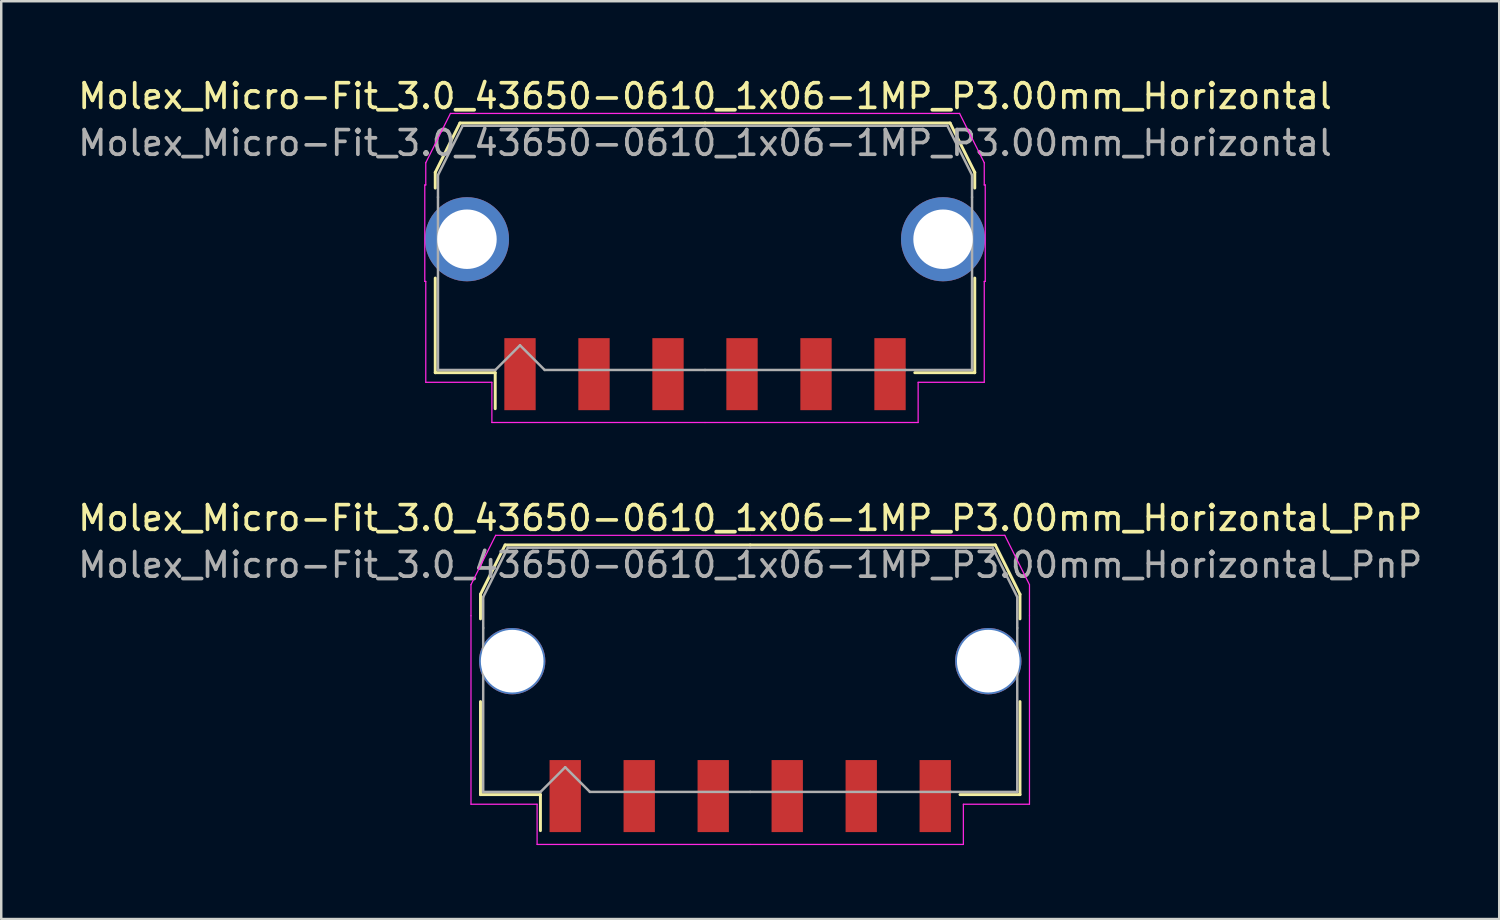
<source format=kicad_pcb>
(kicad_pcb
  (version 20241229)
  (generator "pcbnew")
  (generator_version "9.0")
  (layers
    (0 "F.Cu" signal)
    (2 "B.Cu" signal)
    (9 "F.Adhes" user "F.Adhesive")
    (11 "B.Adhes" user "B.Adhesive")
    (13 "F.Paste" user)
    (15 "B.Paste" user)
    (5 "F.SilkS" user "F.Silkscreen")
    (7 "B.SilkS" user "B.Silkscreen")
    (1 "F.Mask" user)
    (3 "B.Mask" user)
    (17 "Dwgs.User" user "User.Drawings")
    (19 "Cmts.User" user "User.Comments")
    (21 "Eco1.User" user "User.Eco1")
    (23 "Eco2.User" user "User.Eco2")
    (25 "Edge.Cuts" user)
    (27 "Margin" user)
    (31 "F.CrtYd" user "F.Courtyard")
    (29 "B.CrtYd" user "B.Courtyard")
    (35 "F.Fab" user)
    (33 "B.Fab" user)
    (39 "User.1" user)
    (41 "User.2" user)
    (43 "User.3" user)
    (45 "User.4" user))
  (footprint "Molex_Micro-Fit_3.0_43650-0610_1x06-1MP_P3.00mm_Horizontal_PnP"
    (layer "F.Cu")
    (at 27.363 24.102)
    (property "Reference" "Molex_Micro-Fit_3.0_43650-0610_1x06-1MP_P3.00mm_Horizontal_PnP" (at 0 -6.15 0) (layer "F.SilkS") (effects (font (size 1 1) (thickness 0.15))))
    (attr smd)
    (fp_line (start -10.935 -3.06) (end -10.935 -2.065) (stroke (width 0.12) (type solid)) (layer "F.SilkS"))
    (fp_line (start -10.935 1.29) (end -10.935 5.06) (stroke (width 0.12) (type solid)) (layer "F.SilkS"))
    (fp_line (start -10.935 5.06) (end -8.505 5.06) (stroke (width 0.12) (type solid)) (layer "F.SilkS"))
    (fp_line (start -9.935 -5.06) (end -10.935 -3.06) (stroke (width 0.12) (type solid)) (layer "F.SilkS"))
    (fp_line (start -8.505 5.06) (end -8.505 6.52) (stroke (width 0.12) (type solid)) (layer "F.SilkS"))
    (fp_line (start 0 -5.06) (end -9.935 -5.06) (stroke (width 0.12) (type solid)) (layer "F.SilkS"))
    (fp_line (start 0 -5.06) (end 9.935 -5.06) (stroke (width 0.12) (type solid)) (layer "F.SilkS"))
    (fp_line (start 9.935 -5.06) (end 10.935 -3.06) (stroke (width 0.12) (type solid)) (layer "F.SilkS"))
    (fp_line (start 10.935 -3.06) (end 10.935 -2.065) (stroke (width 0.12) (type solid)) (layer "F.SilkS"))
    (fp_line (start 10.935 1.29) (end 10.935 5.06) (stroke (width 0.12) (type solid)) (layer "F.SilkS"))
    (fp_line (start 10.935 5.06) (end 8.505 5.06) (stroke (width 0.12) (type solid)) (layer "F.SilkS"))
    (fp_line (start -11.32 -3.45) (end -11.32 -2.19) (stroke (width 0.05) (type solid)) (layer "F.CrtYd"))
    (fp_line (start -11.32 -2.19) (end -11.32 5.45) (stroke (width 0.05) (type solid)) (layer "F.CrtYd"))
    (fp_line (start -11.32 5.45) (end -8.64 5.45) (stroke (width 0.05) (type solid)) (layer "F.CrtYd"))
    (fp_line (start -10.32 -5.45) (end -11.32 -3.45) (stroke (width 0.05) (type solid)) (layer "F.CrtYd"))
    (fp_line (start -8.64 5.45) (end -8.64 7.08) (stroke (width 0.05) (type solid)) (layer "F.CrtYd"))
    (fp_line (start -8.64 7.08) (end 0 7.08) (stroke (width 0.05) (type solid)) (layer "F.CrtYd"))
    (fp_line (start 0 -5.45) (end -10.32 -5.45) (stroke (width 0.05) (type solid)) (layer "F.CrtYd"))
    (fp_line (start 0 -5.45) (end 10.32 -5.45) (stroke (width 0.05) (type solid)) (layer "F.CrtYd"))
    (fp_line (start 8.64 5.45) (end 8.64 7.08) (stroke (width 0.05) (type solid)) (layer "F.CrtYd"))
    (fp_line (start 8.64 7.08) (end 0 7.08) (stroke (width 0.05) (type solid)) (layer "F.CrtYd"))
    (fp_line (start 10.32 -5.45) (end 11.32 -3.45) (stroke (width 0.05) (type solid)) (layer "F.CrtYd"))
    (fp_line (start 11.32 -3.45) (end 11.32 -2.19) (stroke (width 0.05) (type solid)) (layer "F.CrtYd"))
    (fp_line (start 11.32 -2.19) (end 11.32 5.45) (stroke (width 0.05) (type solid)) (layer "F.CrtYd"))
    (fp_line (start 11.32 5.45) (end 8.64 5.45) (stroke (width 0.05) (type solid)) (layer "F.CrtYd"))
    (fp_line (start -10.825 -2.95) (end -10.825 -1.695) (stroke (width 0.1) (type solid)) (layer "F.Fab"))
    (fp_line (start -10.825 -1.695) (end -10.825 4.95) (stroke (width 0.1) (type solid)) (layer "F.Fab"))
    (fp_line (start -10.825 4.95) (end -8.5 4.95) (stroke (width 0.1) (type solid)) (layer "F.Fab"))
    (fp_line (start -9.825 -4.95) (end -10.825 -2.95) (stroke (width 0.1) (type solid)) (layer "F.Fab"))
    (fp_line (start -8.5 4.95) (end -7.5 3.95) (stroke (width 0.1) (type solid)) (layer "F.Fab"))
    (fp_line (start -7.5 3.95) (end -6.5 4.95) (stroke (width 0.1) (type solid)) (layer "F.Fab"))
    (fp_line (start -6.5 4.95) (end 0 4.95) (stroke (width 0.1) (type solid)) (layer "F.Fab"))
    (fp_line (start 0 -4.95) (end -9.825 -4.95) (stroke (width 0.1) (type solid)) (layer "F.Fab"))
    (fp_line (start 0 -4.95) (end 9.825 -4.95) (stroke (width 0.1) (type solid)) (layer "F.Fab"))
    (fp_line (start 8.135 4.95) (end 0 4.95) (stroke (width 0.1) (type solid)) (layer "F.Fab"))
    (fp_line (start 9.825 -4.95) (end 10.825 -2.95) (stroke (width 0.1) (type solid)) (layer "F.Fab"))
    (fp_line (start 10.825 -2.95) (end 10.825 -1.695) (stroke (width 0.1) (type solid)) (layer "F.Fab"))
    (fp_line (start 10.825 -1.695) (end 10.825 4.95) (stroke (width 0.1) (type solid)) (layer "F.Fab"))
    (fp_line (start 10.825 4.95) (end 8.135 4.95) (stroke (width 0.1) (type solid)) (layer "F.Fab"))
    (fp_text user "${REFERENCE}" (at 0 -4.25 0) (layer "F.Fab") (effects (font (size 1 1) (thickness 0.15))))
    (pad "1" smd rect (at -7.5 5.12) (size 1.27 2.92) (layers "F.Cu" "F.Mask" "F.Paste"))
    (pad "2" smd rect (at -4.5 5.12) (size 1.27 2.92) (layers "F.Cu" "F.Mask" "F.Paste"))
    (pad "3" smd rect (at -1.5 5.12) (size 1.27 2.92) (layers "F.Cu" "F.Mask" "F.Paste"))
    (pad "4" smd rect (at 1.5 5.12) (size 1.27 2.92) (layers "F.Cu" "F.Mask" "F.Paste"))
    (pad "5" smd rect (at 4.5 5.12) (size 1.27 2.92) (layers "F.Cu" "F.Mask" "F.Paste"))
    (pad "6" smd rect (at 7.5 5.12) (size 1.27 2.92) (layers "F.Cu" "F.Mask" "F.Paste"))
    (pad "MP" thru_hole circle (at -9.65 -0.35) (size 2.69 2.69) (drill 2.54) (layers "*.Cu" "*.Mask"))
    (pad "MP" thru_hole circle (at 9.65 -0.35) (size 2.69 2.69) (drill 2.54) (layers "*.Cu" "*.Mask")))
  (footprint "Molex_Micro-Fit_3.0_43650-0610_1x06-1MP_P3.00mm_Horizontal"
    (layer "F.Cu")
    (at 25.53 6.998)
    (property "Reference" "Molex_Micro-Fit_3.0_43650-0610_1x06-1MP_P3.00mm_Horizontal" (at 0 -6.15 0) (layer "F.SilkS") (effects (font (size 1 1) (thickness 0.15))))
    (attr smd)
    (fp_line (start -10.935 -3.06) (end -10.935 -2.425) (stroke (width 0.12) (type solid)) (layer "F.SilkS"))
    (fp_line (start -10.935 1.225) (end -10.935 5.06) (stroke (width 0.12) (type solid)) (layer "F.SilkS"))
    (fp_line (start -10.935 5.06) (end -8.505 5.06) (stroke (width 0.12) (type solid)) (layer "F.SilkS"))
    (fp_line (start -9.935 -5.06) (end -10.935 -3.06) (stroke (width 0.12) (type solid)) (layer "F.SilkS"))
    (fp_line (start -8.505 5.06) (end -8.505 6.52) (stroke (width 0.12) (type solid)) (layer "F.SilkS"))
    (fp_line (start 0 -5.06) (end -9.935 -5.06) (stroke (width 0.12) (type solid)) (layer "F.SilkS"))
    (fp_line (start 0 -5.06) (end 9.935 -5.06) (stroke (width 0.12) (type solid)) (layer "F.SilkS"))
    (fp_line (start 9.935 -5.06) (end 10.935 -3.06) (stroke (width 0.12) (type solid)) (layer "F.SilkS"))
    (fp_line (start 10.935 -3.06) (end 10.935 -2.425) (stroke (width 0.12) (type solid)) (layer "F.SilkS"))
    (fp_line (start 10.935 1.225) (end 10.935 5.06) (stroke (width 0.12) (type solid)) (layer "F.SilkS"))
    (fp_line (start 10.935 5.06) (end 8.505 5.06) (stroke (width 0.12) (type solid)) (layer "F.SilkS"))
    (fp_line (start -11.36 -2.55) (end -11.36 1.36) (stroke (width 0.05) (type solid)) (layer "F.CrtYd"))
    (fp_line (start -11.36 1.36) (end -11.32 1.36) (stroke (width 0.05) (type solid)) (layer "F.CrtYd"))
    (fp_line (start -11.32 -3.45) (end -11.32 -2.55) (stroke (width 0.05) (type solid)) (layer "F.CrtYd"))
    (fp_line (start -11.32 -2.55) (end -11.36 -2.55) (stroke (width 0.05) (type solid)) (layer "F.CrtYd"))
    (fp_line (start -11.32 1.36) (end -11.32 5.45) (stroke (width 0.05) (type solid)) (layer "F.CrtYd"))
    (fp_line (start -11.32 5.45) (end -8.64 5.45) (stroke (width 0.05) (type solid)) (layer "F.CrtYd"))
    (fp_line (start -10.32 -5.45) (end -11.32 -3.45) (stroke (width 0.05) (type solid)) (layer "F.CrtYd"))
    (fp_line (start -8.64 5.45) (end -8.64 7.08) (stroke (width 0.05) (type solid)) (layer "F.CrtYd"))
    (fp_line (start -8.64 7.08) (end 0 7.08) (stroke (width 0.05) (type solid)) (layer "F.CrtYd"))
    (fp_line (start 0 -5.45) (end -10.32 -5.45) (stroke (width 0.05) (type solid)) (layer "F.CrtYd"))
    (fp_line (start 0 -5.45) (end 10.32 -5.45) (stroke (width 0.05) (type solid)) (layer "F.CrtYd"))
    (fp_line (start 8.64 5.45) (end 8.64 7.08) (stroke (width 0.05) (type solid)) (layer "F.CrtYd"))
    (fp_line (start 8.64 7.08) (end 0 7.08) (stroke (width 0.05) (type solid)) (layer "F.CrtYd"))
    (fp_line (start 10.32 -5.45) (end 11.32 -3.45) (stroke (width 0.05) (type solid)) (layer "F.CrtYd"))
    (fp_line (start 11.32 -3.45) (end 11.32 -2.55) (stroke (width 0.05) (type solid)) (layer "F.CrtYd"))
    (fp_line (start 11.32 -2.55) (end 11.36 -2.55) (stroke (width 0.05) (type solid)) (layer "F.CrtYd"))
    (fp_line (start 11.32 1.36) (end 11.32 5.45) (stroke (width 0.05) (type solid)) (layer "F.CrtYd"))
    (fp_line (start 11.32 5.45) (end 8.64 5.45) (stroke (width 0.05) (type solid)) (layer "F.CrtYd"))
    (fp_line (start 11.36 -2.55) (end 11.36 1.36) (stroke (width 0.05) (type solid)) (layer "F.CrtYd"))
    (fp_line (start 11.36 1.36) (end 11.32 1.36) (stroke (width 0.05) (type solid)) (layer "F.CrtYd"))
    (fp_line (start -10.825 -2.95) (end -10.825 -2.055) (stroke (width 0.1) (type solid)) (layer "F.Fab"))
    (fp_line (start -10.825 -2.055) (end -10.825 4.95) (stroke (width 0.1) (type solid)) (layer "F.Fab"))
    (fp_line (start -10.825 4.95) (end -8.5 4.95) (stroke (width 0.1) (type solid)) (layer "F.Fab"))
    (fp_line (start -9.825 -4.95) (end -10.825 -2.95) (stroke (width 0.1) (type solid)) (layer "F.Fab"))
    (fp_line (start -8.5 4.95) (end -7.5 3.95) (stroke (width 0.1) (type solid)) (layer "F.Fab"))
    (fp_line (start -7.5 3.95) (end -6.5 4.95) (stroke (width 0.1) (type solid)) (layer "F.Fab"))
    (fp_line (start -6.5 4.95) (end 0 4.95) (stroke (width 0.1) (type solid)) (layer "F.Fab"))
    (fp_line (start 0 -4.95) (end -9.825 -4.95) (stroke (width 0.1) (type solid)) (layer "F.Fab"))
    (fp_line (start 0 -4.95) (end 9.825 -4.95) (stroke (width 0.1) (type solid)) (layer "F.Fab"))
    (fp_line (start 8.135 4.95) (end 0 4.95) (stroke (width 0.1) (type solid)) (layer "F.Fab"))
    (fp_line (start 9.825 -4.95) (end 10.825 -2.95) (stroke (width 0.1) (type solid)) (layer "F.Fab"))
    (fp_line (start 10.825 -2.95) (end 10.825 -2.055) (stroke (width 0.1) (type solid)) (layer "F.Fab"))
    (fp_line (start 10.825 -2.055) (end 10.825 4.95) (stroke (width 0.1) (type solid)) (layer "F.Fab"))
    (fp_line (start 10.825 4.95) (end 8.135 4.95) (stroke (width 0.1) (type solid)) (layer "F.Fab"))
    (fp_text user "${REFERENCE}" (at 0 -4.25 0) (layer "F.Fab") (effects (font (size 1 1) (thickness 0.15))))
    (pad "1" smd rect (at -7.5 5.12) (size 1.27 2.92) (layers "F.Cu" "F.Mask" "F.Paste"))
    (pad "2" smd rect (at -4.5 5.12) (size 1.27 2.92) (layers "F.Cu" "F.Mask" "F.Paste"))
    (pad "3" smd rect (at -1.5 5.12) (size 1.27 2.92) (layers "F.Cu" "F.Mask" "F.Paste"))
    (pad "4" smd rect (at 1.5 5.12) (size 1.27 2.92) (layers "F.Cu" "F.Mask" "F.Paste"))
    (pad "5" smd rect (at 4.5 5.12) (size 1.27 2.92) (layers "F.Cu" "F.Mask" "F.Paste"))
    (pad "6" smd rect (at 7.5 5.12) (size 1.27 2.92) (layers "F.Cu" "F.Mask" "F.Paste"))
    (pad "MP" thru_hole circle (at -9.65 -0.35) (size 3.41 3.41) (drill 2.41) (layers "*.Cu" "*.Mask"))
    (pad "MP" thru_hole circle (at 9.65 -0.35) (size 3.41 3.41) (drill 2.41) (layers "*.Cu" "*.Mask")))
  (gr_rect
    (start -3 -3)
    (end 57.726 34.206)
    (stroke (width 0.1) (type default))
    (fill no)
    (layer "Edge.Cuts")))
</source>
